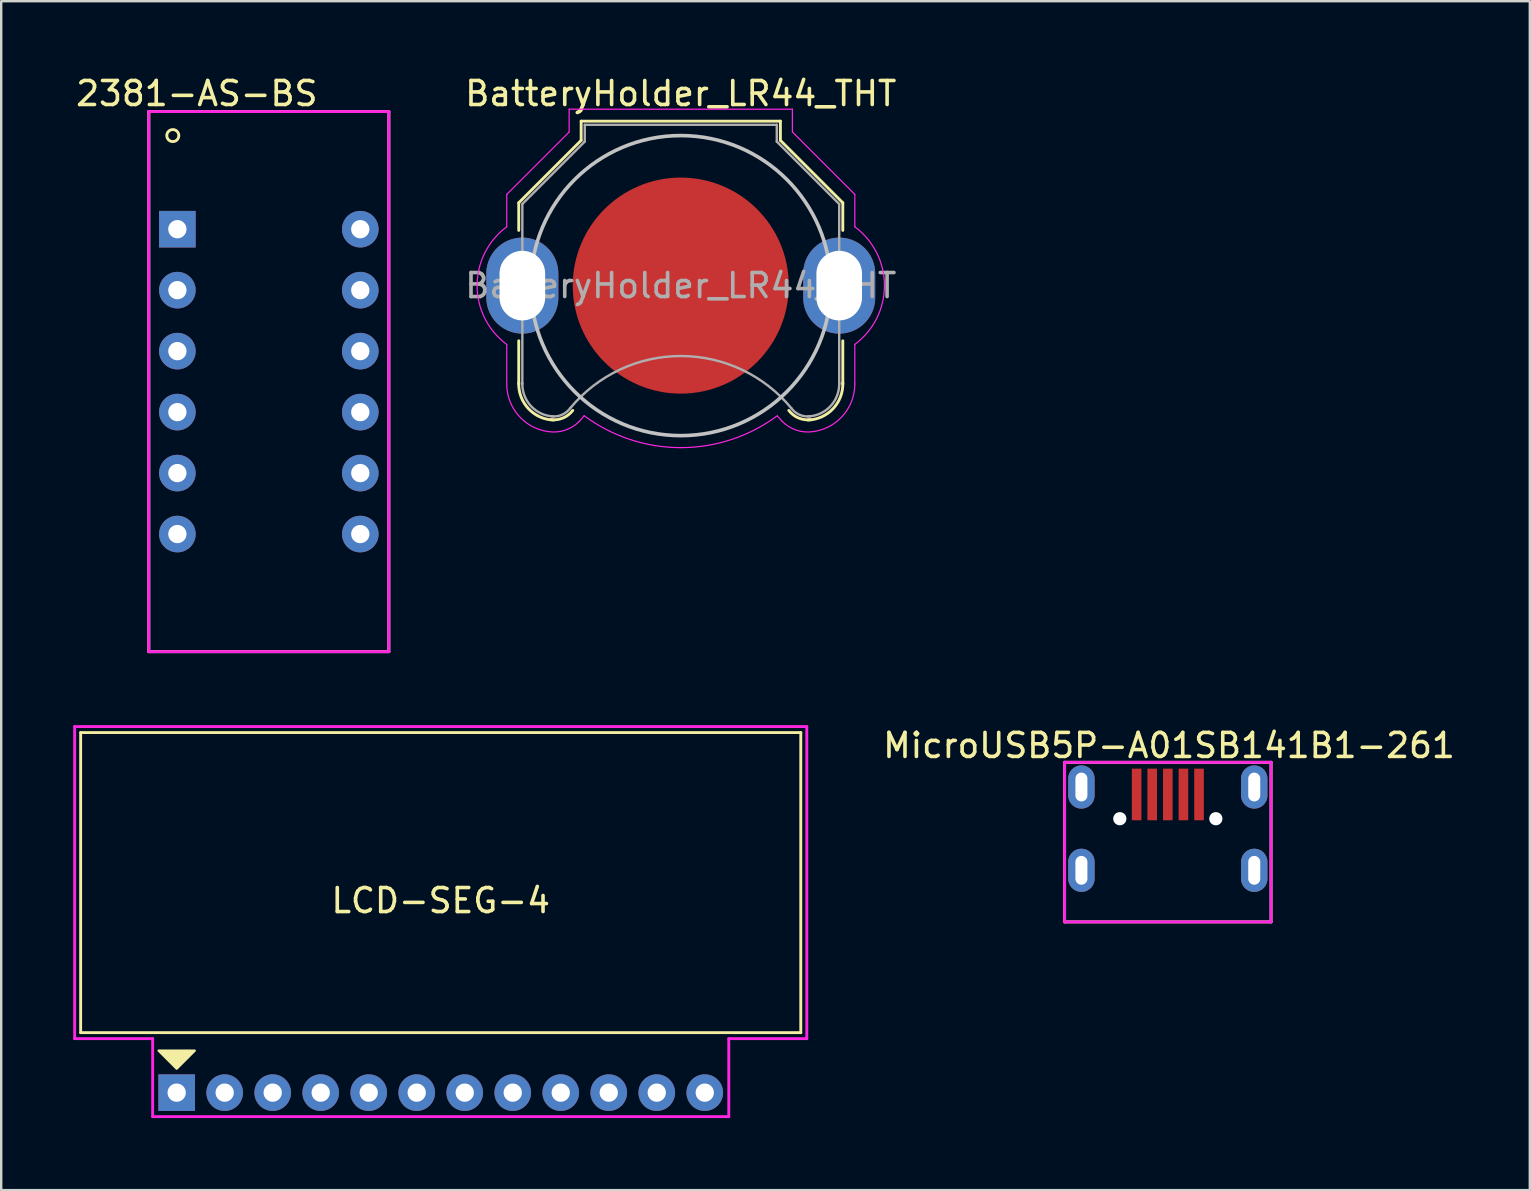
<source format=kicad_pcb>
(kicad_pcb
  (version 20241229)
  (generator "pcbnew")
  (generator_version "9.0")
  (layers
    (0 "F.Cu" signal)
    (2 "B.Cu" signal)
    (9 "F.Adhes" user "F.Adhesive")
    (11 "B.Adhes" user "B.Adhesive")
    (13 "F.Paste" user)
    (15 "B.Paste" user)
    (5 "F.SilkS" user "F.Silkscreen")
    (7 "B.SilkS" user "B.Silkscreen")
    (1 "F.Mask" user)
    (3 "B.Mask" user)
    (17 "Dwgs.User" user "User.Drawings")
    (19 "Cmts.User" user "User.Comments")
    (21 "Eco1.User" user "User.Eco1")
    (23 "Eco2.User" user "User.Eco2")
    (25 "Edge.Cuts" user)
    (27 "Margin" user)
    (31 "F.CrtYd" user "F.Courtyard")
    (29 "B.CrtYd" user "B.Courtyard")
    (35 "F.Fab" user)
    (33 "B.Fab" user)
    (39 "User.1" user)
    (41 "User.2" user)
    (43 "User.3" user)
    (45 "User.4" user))
  (footprint "MicroUSB5P-A01SB141B1-261"
    (layer "F.Cu")
    (at 45.6 35.356)
    (property "Reference" "MicroUSB5P-A01SB141B1-261" (at 0.05 -7.35 0) (layer "F.SilkS") (effects (font (size 1 1) (thickness 0.15))))
    (attr through_hole)
    (fp_line (start -4.3 -6.65) (end -4.3 0) (stroke (width 0.12) (type solid)) (layer "F.SilkS"))
    (fp_line (start -4.3 0) (end 4.3 0) (stroke (width 0.12) (type solid)) (layer "F.SilkS"))
    (fp_line (start 4.3 -6.65) (end -4.3 -6.65) (stroke (width 0.12) (type solid)) (layer "F.SilkS"))
    (fp_line (start 4.3 0) (end 4.3 -6.65) (stroke (width 0.12) (type solid)) (layer "F.SilkS"))
    (fp_line (start -4.3 -6.65) (end -4.3 0) (stroke (width 0.12) (type solid)) (layer "F.CrtYd"))
    (fp_line (start -4.3 0) (end 4.3 0) (stroke (width 0.12) (type solid)) (layer "F.CrtYd"))
    (fp_line (start 4.3 -6.65) (end -4.3 -6.65) (stroke (width 0.12) (type solid)) (layer "F.CrtYd"))
    (fp_line (start 4.3 0) (end 4.3 -6.65) (stroke (width 0.12) (type solid)) (layer "F.CrtYd"))
    (pad "" np_thru_hole circle (at -2 -4.3) (size 0.55 0.55) (drill 0.55) (layers "*.Cu" "*.Mask"))
    (pad "" smd rect (at -1.5 -1) (size 1.1 1) (layers "F.Paste"))
    (pad "" smd rect (at 1.5 -1) (size 1.1 1) (layers "F.Paste"))
    (pad "" np_thru_hole circle (at 2 -4.3) (size 0.55 0.55) (drill 0.55) (layers "*.Cu" "*.Mask"))
    (pad "1" smd rect (at -1.3 -5.31) (size 0.4 2.15) (layers "F.Cu" "F.Mask" "F.Paste"))
    (pad "2" smd rect (at -0.65 -5.31) (size 0.4 2.15) (layers "F.Cu" "F.Mask" "F.Paste"))
    (pad "3" smd rect (at 0 -5.31) (size 0.4 2.15) (layers "F.Cu" "F.Mask" "F.Paste"))
    (pad "4" smd rect (at 0.65 -5.31) (size 0.4 2.15) (layers "F.Cu" "F.Mask" "F.Paste"))
    (pad "5" smd rect (at 1.3 -5.31) (size 0.4 2.15) (layers "F.Cu" "F.Mask" "F.Paste"))
    (pad "6" thru_hole oval (at -3.6 -5.62) (size 1.1 1.8) (drill oval 0.5 1.2) (layers "*.Cu" "*.Mask"))
    (pad "6" thru_hole oval (at -3.6 -2.15) (size 1.1 1.8) (drill oval 0.5 1.2) (layers "*.Cu" "*.Mask"))
    (pad "6" thru_hole oval (at 3.6 -5.62) (size 1.1 1.8) (drill oval 0.5 1.2) (layers "*.Cu" "*.Mask"))
    (pad "6" thru_hole oval (at 3.6 -2.15) (size 1.1 1.8) (drill oval 0.5 1.2) (layers "*.Cu" "*.Mask")))
  (footprint "BatteryHolder_LR44_THT"
    (layer "F.Cu")
    (at 25.31 8.848)
    (property "Reference" "BatteryHolder_LR44_THT" (at 0 -8 0) (layer "F.SilkS") (effects (font (size 1 1) (thickness 0.15))))
    (attr through_hole)
    (fp_line (start -6.75 -3.45) (end -4.15 -6.05) (stroke (width 0.12) (type solid)) (layer "F.SilkS"))
    (fp_line (start -6.75 -2.3) (end -6.75 -3.45) (stroke (width 0.12) (type solid)) (layer "F.SilkS"))
    (fp_line (start -6.75 2.3) (end -6.75 4.1) (stroke (width 0.12) (type solid)) (layer "F.SilkS"))
    (fp_line (start -4.15 -6.85) (end 4.15 -6.85) (stroke (width 0.12) (type solid)) (layer "F.SilkS"))
    (fp_line (start -4.15 -6.05) (end -4.15 -6.85) (stroke (width 0.12) (type solid)) (layer "F.SilkS"))
    (fp_line (start 4.15 -6.85) (end 4.15 -6.05) (stroke (width 0.12) (type solid)) (layer "F.SilkS"))
    (fp_line (start 4.15 -6.05) (end 6.75 -3.45) (stroke (width 0.12) (type solid)) (layer "F.SilkS"))
    (fp_line (start 6.75 -3.45) (end 6.75 -2.3) (stroke (width 0.12) (type solid)) (layer "F.SilkS"))
    (fp_line (start 6.75 2.3) (end 6.75 4.1) (stroke (width 0.12) (type solid)) (layer "F.SilkS"))
    (fp_arc (start -5.3 5.6) (mid -6.346016 5.125305) (end -6.75 4.05) (stroke (width 0.12) (type solid)) (layer "F.SilkS"))
    (fp_arc (start -4.5 5.2) (mid -4.90584 5.514615) (end -5.414615 5.58416) (stroke (width 0.12) (type solid)) (layer "F.SilkS"))
    (fp_arc (start 5.414615 5.58416) (mid 4.90584 5.514615) (end 4.5 5.2) (stroke (width 0.12) (type solid)) (layer "F.SilkS"))
    (fp_arc (start 6.75 4.05) (mid 6.346016 5.125305) (end 5.3 5.6) (stroke (width 0.12) (type solid)) (layer "F.SilkS"))
    (fp_circle (center 0 0) (end 0 6.25) (stroke (width 0.15) (type solid)) (fill no) (layer "Dwgs.User"))
    (fp_line (start -7.25 -3.8) (end -4.65 -6.4) (stroke (width 0.05) (type solid)) (layer "F.CrtYd"))
    (fp_line (start -7.25 -2.45) (end -7.25 -3.8) (stroke (width 0.05) (type solid)) (layer "F.CrtYd"))
    (fp_line (start -7.25 2.45) (end -7.25 4.1) (stroke (width 0.05) (type solid)) (layer "F.CrtYd"))
    (fp_line (start -4.65 -7.35) (end 4.65 -7.35) (stroke (width 0.05) (type solid)) (layer "F.CrtYd"))
    (fp_line (start -4.65 -6.4) (end -4.65 -7.35) (stroke (width 0.05) (type solid)) (layer "F.CrtYd"))
    (fp_line (start 4.65 -6.4) (end 4.65 -7.35) (stroke (width 0.05) (type solid)) (layer "F.CrtYd"))
    (fp_line (start 7.25 -3.8) (end 4.65 -6.4) (stroke (width 0.05) (type solid)) (layer "F.CrtYd"))
    (fp_line (start 7.25 -2.45) (end 7.25 -3.8) (stroke (width 0.05) (type solid)) (layer "F.CrtYd"))
    (fp_line (start 7.25 2.45) (end 7.25 4.1) (stroke (width 0.05) (type solid)) (layer "F.CrtYd"))
    (fp_arc (start -7.25 2.45) (mid -8.484902 0) (end -7.25 -2.45) (stroke (width 0.05) (type solid)) (layer "F.CrtYd"))
    (fp_arc (start -5.513125 6.082436) (mid -6.754554 5.418008) (end -7.25 4.1) (stroke (width 0.05) (type solid)) (layer "F.CrtYd"))
    (fp_arc (start -4.22 5.65) (mid -4.814553 6.021742) (end -5.513125 6.082436) (stroke (width 0.05) (type solid)) (layer "F.CrtYd"))
    (fp_arc (start -4.22 5.65) (mid -4.123743 5.534157) (end -4.024388 5.42096) (stroke (width 0.05) (type solid)) (layer "F.CrtYd"))
    (fp_arc (start 0 6.75) (mid -2.119449 6.408622) (end -4.024518 5.419018) (stroke (width 0.05) (type solid)) (layer "F.CrtYd"))
    (fp_arc (start 4.024518 5.419018) (mid 2.119449 6.408622) (end 0 6.75) (stroke (width 0.05) (type solid)) (layer "F.CrtYd"))
    (fp_arc (start 4.02471 5.432858) (mid 4.123824 5.540108) (end 4.22 5.65) (stroke (width 0.05) (type solid)) (layer "F.CrtYd"))
    (fp_arc (start 5.513125 6.082436) (mid 4.814553 6.021742) (end 4.22 5.65) (stroke (width 0.05) (type solid)) (layer "F.CrtYd"))
    (fp_arc (start 7.25 -2.45) (mid 8.484902 0) (end 7.25 2.45) (stroke (width 0.05) (type solid)) (layer "F.CrtYd"))
    (fp_arc (start 7.25 4.1) (mid 6.754555 5.418008) (end 5.513125 6.082436) (stroke (width 0.05) (type solid)) (layer "F.CrtYd"))
    (fp_line (start -6.6 -3.4) (end -6.6 4.1) (stroke (width 0.1) (type solid)) (layer "F.Fab"))
    (fp_line (start -4 -6.7) (end -4 -6) (stroke (width 0.1) (type solid)) (layer "F.Fab"))
    (fp_line (start -4 -6.7) (end 4 -6.7) (stroke (width 0.1) (type solid)) (layer "F.Fab"))
    (fp_line (start -4 -6) (end -6.6 -3.4) (stroke (width 0.1) (type solid)) (layer "F.Fab"))
    (fp_line (start 4 -6.7) (end 4 -6) (stroke (width 0.1) (type solid)) (layer "F.Fab"))
    (fp_line (start 4 -6) (end 6.6 -3.4) (stroke (width 0.1) (type solid)) (layer "F.Fab"))
    (fp_line (start 6.6 -3.4) (end 6.6 4.1) (stroke (width 0.1) (type solid)) (layer "F.Fab"))
    (fp_arc (start -5.3 5.45) (mid -6.239949 5.019239) (end -6.6 4.05) (stroke (width 0.1) (type solid)) (layer "F.Fab"))
    (fp_arc (start -4.6 5.1) (mid -4.942443 5.378013) (end -5.378013 5.447558) (stroke (width 0.1) (type solid)) (layer "F.Fab"))
    (fp_arc (start -4.6 5.1) (mid 0.006214 2.93343) (end 4.607905 5.109589) (stroke (width 0.1) (type solid)) (layer "F.Fab"))
    (fp_arc (start 5.378013 5.447558) (mid 4.942442 5.378013) (end 4.6 5.1) (stroke (width 0.1) (type solid)) (layer "F.Fab"))
    (fp_arc (start 6.6 4.05) (mid 6.239949 5.019239) (end 5.3 5.45) (stroke (width 0.1) (type solid)) (layer "F.Fab"))
    (fp_text user "${REFERENCE}" (at 0 0 0) (layer "F.Fab") (effects (font (size 1 1) (thickness 0.15))))
    (pad "1" thru_hole oval (at -6.6 0) (size 3 4) (drill oval 1.9 2.9) (layers "*.Cu" "*.Mask"))
    (pad "1" thru_hole oval (at 6.6 0) (size 3 4) (drill oval 1.9 2.9) (layers "*.Cu" "*.Mask"))
    (pad "2" smd circle (at 0 0) (size 9 9) (layers "F.Cu" "F.Mask")))
  (footprint "2381-AS-BS"
    (layer "F.Cu")
    (at 8.149 12.848)
    (property "Reference" "2381-AS-BS" (at -3 -12 0) (layer "F.SilkS") (effects (font (size 1 1) (thickness 0.15))))
    (attr through_hole)
    (fp_line (start -5 -11.25) (end 5 -11.25) (stroke (width 0.12) (type solid)) (layer "F.SilkS"))
    (fp_line (start -5 11.25) (end -5 -11.25) (stroke (width 0.12) (type solid)) (layer "F.SilkS"))
    (fp_line (start 5 -11.25) (end 5 11.25) (stroke (width 0.12) (type solid)) (layer "F.SilkS"))
    (fp_line (start 5 11.25) (end -5 11.25) (stroke (width 0.12) (type solid)) (layer "F.SilkS"))
    (fp_circle (center -4 -10.25) (end -4 -10) (stroke (width 0.12) (type solid)) (fill no) (layer "F.SilkS"))
    (fp_line (start -5 -11.25) (end 5 -11.25) (stroke (width 0.12) (type solid)) (layer "F.CrtYd"))
    (fp_line (start -5 11.25) (end -5 -11.25) (stroke (width 0.12) (type solid)) (layer "F.CrtYd"))
    (fp_line (start 5 -11.25) (end 5 11.25) (stroke (width 0.12) (type solid)) (layer "F.CrtYd"))
    (fp_line (start 5 11.25) (end -5 11.25) (stroke (width 0.12) (type solid)) (layer "F.CrtYd"))
    (pad "1" thru_hole rect (at -3.81 -6.35) (size 1.524 1.524) (drill 0.762) (layers "*.Cu" "*.Mask"))
    (pad "2" thru_hole circle (at -3.81 -3.81) (size 1.524 1.524) (drill 0.762) (layers "*.Cu" "*.Mask"))
    (pad "3" thru_hole circle (at -3.81 -1.27) (size 1.524 1.524) (drill 0.762) (layers "*.Cu" "*.Mask"))
    (pad "4" thru_hole circle (at -3.81 1.27) (size 1.524 1.524) (drill 0.762) (layers "*.Cu" "*.Mask"))
    (pad "5" thru_hole circle (at -3.81 3.81) (size 1.524 1.524) (drill 0.762) (layers "*.Cu" "*.Mask"))
    (pad "6" thru_hole circle (at -3.81 6.35) (size 1.524 1.524) (drill 0.762) (layers "*.Cu" "*.Mask"))
    (pad "7" thru_hole circle (at 3.81 6.35) (size 1.524 1.524) (drill 0.762) (layers "*.Cu" "*.Mask"))
    (pad "8" thru_hole circle (at 3.81 3.81) (size 1.524 1.524) (drill 0.762) (layers "*.Cu" "*.Mask"))
    (pad "9" thru_hole circle (at 3.81 1.27) (size 1.524 1.524) (drill 0.762) (layers "*.Cu" "*.Mask"))
    (pad "10" thru_hole circle (at 3.81 -1.27) (size 1.524 1.524) (drill 0.762) (layers "*.Cu" "*.Mask"))
    (pad "11" thru_hole circle (at 3.81 -3.81) (size 1.524 1.524) (drill 0.762) (layers "*.Cu" "*.Mask"))
    (pad "12" thru_hole circle (at 3.81 -6.35) (size 1.524 1.524) (drill 0.762) (layers "*.Cu" "*.Mask")))
  (footprint "LCD-SEG-4"
    (layer "F.Cu")
    (at 15.31 33.968)
    (property "Reference" "LCD-SEG-4" (at 0 0.5 0) (layer "F.SilkS") (effects (font (size 1 1) (thickness 0.15))))
    (attr through_hole)
    (fp_line (start -15 -6.5) (end 15 -6.5) (stroke (width 0.12) (type solid)) (layer "F.SilkS"))
    (fp_line (start -15 6) (end -15 -6.5) (stroke (width 0.12) (type solid)) (layer "F.SilkS"))
    (fp_line (start 15 -6.5) (end 15 6) (stroke (width 0.12) (type solid)) (layer "F.SilkS"))
    (fp_line (start 15 6) (end -15 6) (stroke (width 0.12) (type solid)) (layer "F.SilkS"))
    (fp_poly (pts (xy -11 7.5) (xy -11.75 6.75) (xy -10.25 6.75)) (stroke (width 0.1) (type solid)) (fill yes) (layer "F.SilkS"))
    (fp_line (start -15.25 -6.75) (end 15.25 -6.75) (stroke (width 0.12) (type solid)) (layer "F.CrtYd"))
    (fp_line (start -15.25 6.25) (end -15.25 -6.75) (stroke (width 0.12) (type solid)) (layer "F.CrtYd"))
    (fp_line (start -12 6.25) (end -15.25 6.25) (stroke (width 0.12) (type solid)) (layer "F.CrtYd"))
    (fp_line (start -12 9.5) (end -12 6.25) (stroke (width 0.12) (type solid)) (layer "F.CrtYd"))
    (fp_line (start 12 6.25) (end 12 9.5) (stroke (width 0.12) (type solid)) (layer "F.CrtYd"))
    (fp_line (start 12 9.5) (end -12 9.5) (stroke (width 0.12) (type solid)) (layer "F.CrtYd"))
    (fp_line (start 15.25 -6.75) (end 15.25 6.25) (stroke (width 0.12) (type solid)) (layer "F.CrtYd"))
    (fp_line (start 15.25 6.25) (end 12 6.25) (stroke (width 0.12) (type solid)) (layer "F.CrtYd"))
    (pad "1" thru_hole rect (at -11 8.5) (size 1.524 1.524) (drill 0.762) (layers "*.Cu" "*.Mask"))
    (pad "2" thru_hole circle (at -9 8.5) (size 1.524 1.524) (drill 0.762) (layers "*.Cu" "*.Mask"))
    (pad "3" thru_hole circle (at -7 8.5) (size 1.524 1.524) (drill 0.762) (layers "*.Cu" "*.Mask"))
    (pad "4" thru_hole circle (at -5 8.5) (size 1.524 1.524) (drill 0.762) (layers "*.Cu" "*.Mask"))
    (pad "5" thru_hole circle (at -3 8.5) (size 1.524 1.524) (drill 0.762) (layers "*.Cu" "*.Mask"))
    (pad "6" thru_hole circle (at -1 8.5) (size 1.524 1.524) (drill 0.762) (layers "*.Cu" "*.Mask"))
    (pad "7" thru_hole circle (at 1 8.5) (size 1.524 1.524) (drill 0.762) (layers "*.Cu" "*.Mask"))
    (pad "8" thru_hole circle (at 3 8.5) (size 1.524 1.524) (drill 0.762) (layers "*.Cu" "*.Mask"))
    (pad "9" thru_hole circle (at 5 8.5) (size 1.524 1.524) (drill 0.762) (layers "*.Cu" "*.Mask"))
    (pad "10" thru_hole circle (at 7 8.5) (size 1.524 1.524) (drill 0.762) (layers "*.Cu" "*.Mask"))
    (pad "11" thru_hole circle (at 9 8.5) (size 1.524 1.524) (drill 0.762) (layers "*.Cu" "*.Mask"))
    (pad "12" thru_hole circle (at 11 8.5) (size 1.524 1.524) (drill 0.762) (layers "*.Cu" "*.Mask")))
  (gr_rect
    (start -3 -3)
    (end 60.68 46.528)
    (stroke (width 0.1) (type default))
    (fill no)
    (layer "Edge.Cuts")))
</source>
